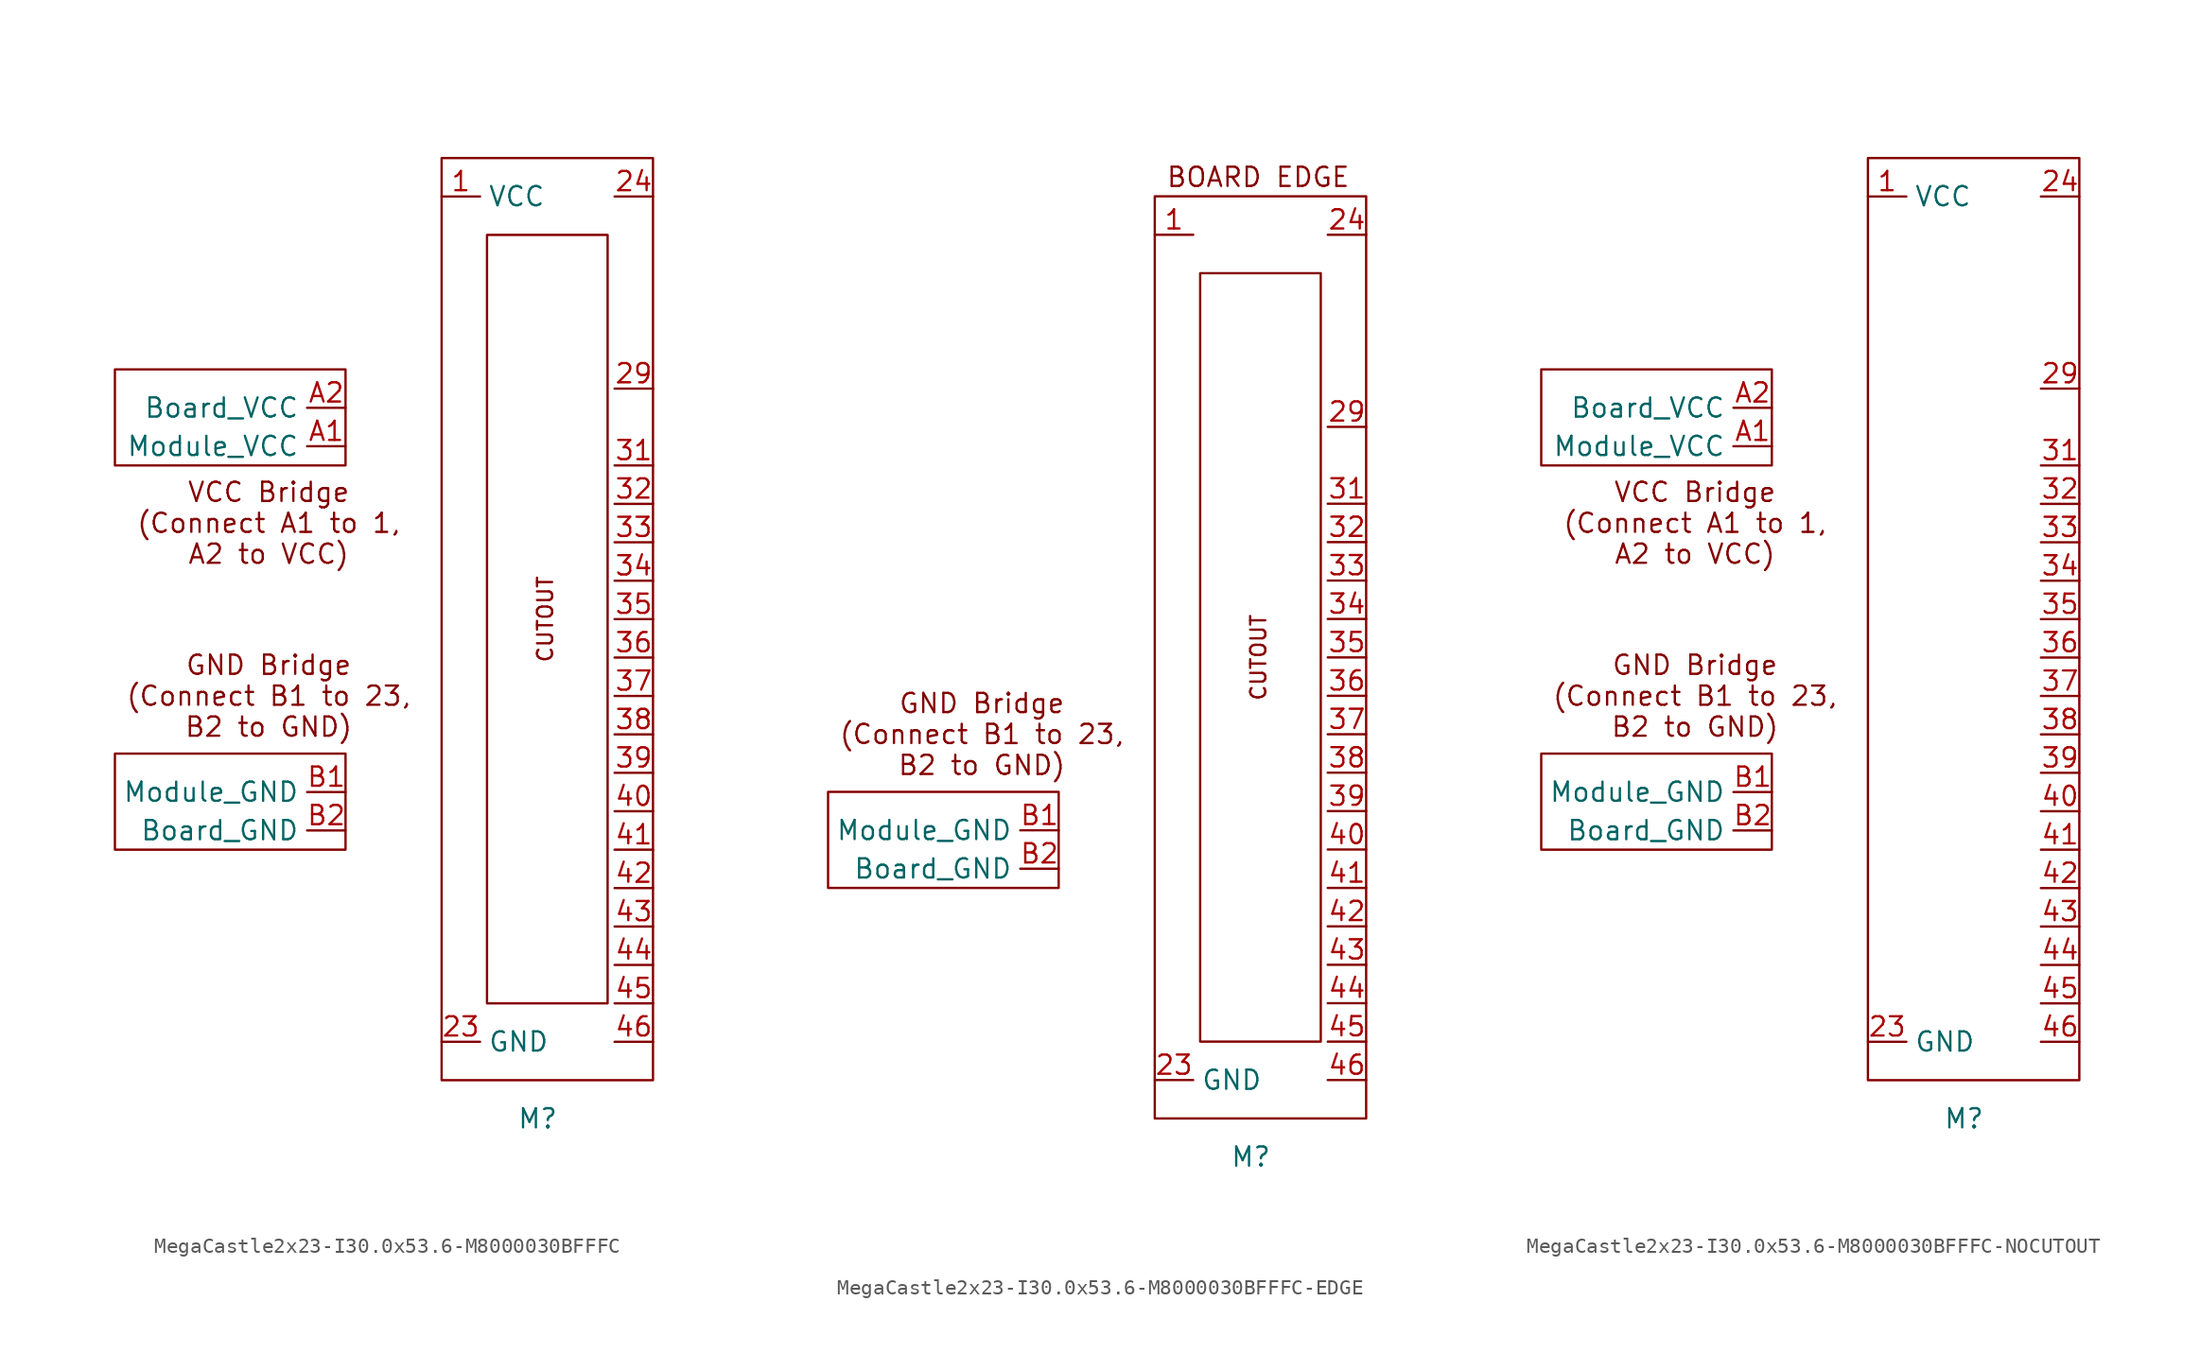
<source format=kicad_sym>
(kicad_symbol_lib
  (version 20241209)
  (generator "kicad_symbol_editor")
  (generator_version "9.0")
  (symbol "MegaCastle2x23-I30.0x53.6-M8000030BFFFC"
    (property "Reference" "M"
      (at 0 -33.02 0)
      (effects (font (size 1.27 1.27))))
    (property "Value" ""
      (at 0 5.08 0)
      (effects (font (size 1.27 1.27))))
    (symbol "MegaCastle2x23-I30.0x53.6-M8000030BFFFC_0_1"
      (rectangle (start -27.94 16.51) (end -12.7 10.16) (stroke (width 0) (type default)) (fill (type none)))
      (rectangle (start -27.94 -8.89) (end -12.7 -15.24) (stroke (width 0) (type default)) (fill (type none)))
      (rectangle (start -6.35 30.48) (end 7.62 -30.48) (stroke (width 0) (type default)) (fill (type none)))
      (rectangle (start -3.35 25.4) (end 4.62 -25.4) (stroke (width 0) (type default)) (fill (type none))))
    (symbol "MegaCastle2x23-I30.0x53.6-M8000030BFFFC_1_1"
      (text "VCC Bridge\n(Connect A1 to 1,\nA2 to VCC)" (at -17.78 6.35 0) (effects (font (size 1.27 1.27))))
      (text "GND Bridge\n(Connect B1 to 23,\nB2 to GND)" (at -17.78 -5.08 0) (effects (font (size 1.27 1.27))))
      (text "CUTOUT" (at 0.5 0 900) (effects (font (size 1 1))))
      (pin bidirectional line (at -12.7 13.97 180) (length 2.54) (name "Board_VCC" (effects (font (size 1.27 1.27)))) (number "A2" (effects (font (size 1.27 1.27)))))
      (pin bidirectional line (at -12.7 11.43 180) (length 2.54) (name "Module_VCC" (effects (font (size 1.27 1.27)))) (number "A1" (effects (font (size 1.27 1.27)))))
      (pin bidirectional line (at -12.7 -11.43 180) (length 2.54) (name "Module_GND" (effects (font (size 1.27 1.27)))) (number "B1" (effects (font (size 1.27 1.27)))))
      (pin bidirectional line (at -12.7 -13.97 180) (length 2.54) (name "Board_GND" (effects (font (size 1.27 1.27)))) (number "B2" (effects (font (size 1.27 1.27)))))
      (pin bidirectional line (at -6.35 27.94 0) (length 2.54) (name "VCC" (effects (font (size 1.27 1.27)))) (number "1" (effects (font (size 1.27 1.27)))))
      (pin bidirectional line (at -6.35 -27.94 0) (length 2.54) (name "GND" (effects (font (size 1.27 1.27)))) (number "23" (effects (font (size 1.27 1.27)))))
      (pin bidirectional line (at 7.62 27.94 180) (length 2.54) (name "" (effects (font (size 1.27 1.27)))) (number "24" (effects (font (size 1.27 1.27)))))
      (pin bidirectional line (at 7.62 15.24 180) (length 2.54) (name "" (effects (font (size 1.27 1.27)))) (number "29" (effects (font (size 1.27 1.27)))))
      (pin bidirectional line (at 7.62 10.16 180) (length 2.54) (name "" (effects (font (size 1.27 1.27)))) (number "31" (effects (font (size 1.27 1.27)))))
      (pin bidirectional line (at 7.62 7.62 180) (length 2.54) (name "" (effects (font (size 1.27 1.27)))) (number "32" (effects (font (size 1.27 1.27)))))
      (pin bidirectional line (at 7.62 5.08 180) (length 2.54) (name "" (effects (font (size 1.27 1.27)))) (number "33" (effects (font (size 1.27 1.27)))))
      (pin bidirectional line (at 7.62 2.54 180) (length 2.54) (name "" (effects (font (size 1.27 1.27)))) (number "34" (effects (font (size 1.27 1.27)))))
      (pin bidirectional line (at 7.62 0 180) (length 2.54) (name "" (effects (font (size 1.27 1.27)))) (number "35" (effects (font (size 1.27 1.27)))))
      (pin bidirectional line (at 7.62 -2.54 180) (length 2.54) (name "" (effects (font (size 1.27 1.27)))) (number "36" (effects (font (size 1.27 1.27)))))
      (pin bidirectional line (at 7.62 -5.08 180) (length 2.54) (name "" (effects (font (size 1.27 1.27)))) (number "37" (effects (font (size 1.27 1.27)))))
      (pin bidirectional line (at 7.62 -7.62 180) (length 2.54) (name "" (effects (font (size 1.27 1.27)))) (number "38" (effects (font (size 1.27 1.27)))))
      (pin bidirectional line (at 7.62 -10.16 180) (length 2.54) (name "" (effects (font (size 1.27 1.27)))) (number "39" (effects (font (size 1.27 1.27)))))
      (pin bidirectional line (at 7.62 -12.7 180) (length 2.54) (name "" (effects (font (size 1.27 1.27)))) (number "40" (effects (font (size 1.27 1.27)))))
      (pin bidirectional line (at 7.62 -15.24 180) (length 2.54) (name "" (effects (font (size 1.27 1.27)))) (number "41" (effects (font (size 1.27 1.27)))))
      (pin bidirectional line (at 7.62 -17.78 180) (length 2.54) (name "" (effects (font (size 1.27 1.27)))) (number "42" (effects (font (size 1.27 1.27)))))
      (pin bidirectional line (at 7.62 -20.32 180) (length 2.54) (name "" (effects (font (size 1.27 1.27)))) (number "43" (effects (font (size 1.27 1.27)))))
      (pin bidirectional line (at 7.62 -22.86 180) (length 2.54) (name "" (effects (font (size 1.27 1.27)))) (number "44" (effects (font (size 1.27 1.27)))))
      (pin bidirectional line (at 7.62 -25.4 180) (length 2.54) (name "" (effects (font (size 1.27 1.27)))) (number "45" (effects (font (size 1.27 1.27)))))
      (pin bidirectional line (at 7.62 -27.94 180) (length 2.54) (name "" (effects (font (size 1.27 1.27)))) (number "46" (effects (font (size 1.27 1.27)))))))
  (symbol "MegaCastle2x23-I30.0x53.6-M8000030BFFFC-EDGE"
    (property "Reference" "M"
      (at 0 -33.02 0)
      (effects (font (size 1.27 1.27))))
    (property "Value" ""
      (at 0 5.08 0)
      (effects (font (size 1.27 1.27))))
    (symbol "MegaCastle2x23-I30.0x53.6-M8000030BFFFC-EDGE_0_1"
      (rectangle (start -27.94 -8.89) (end -12.7 -15.24) (stroke (width 0) (type default)) (fill (type none)))
      (rectangle (start -6.35 30.48) (end 7.62 -30.48) (stroke (width 0) (type default)) (fill (type none)))
      (rectangle (start -3.35 25.4) (end 4.62 -25.4) (stroke (width 0) (type default)) (fill (type none))))
    (symbol "MegaCastle2x23-I30.0x53.6-M8000030BFFFC-EDGE_1_1"
      (text "GND Bridge\n(Connect B1 to 23,\nB2 to GND)" (at -17.78 -5.08 0) (effects (font (size 1.27 1.27))))
      (text " BOARD EDGE" (at 0 31.75 0) (effects (font (size 1.27 1.27))))
      (text "CUTOUT" (at 0.5 0 900) (effects (font (size 1 1))))
      (pin bidirectional line (at -12.7 -11.43 180) (length 2.54) (name "Module_GND" (effects (font (size 1.27 1.27)))) (number "B1" (effects (font (size 1.27 1.27)))))
      (pin bidirectional line (at -12.7 -13.97 180) (length 2.54) (name "Board_GND" (effects (font (size 1.27 1.27)))) (number "B2" (effects (font (size 1.27 1.27)))))
      (pin bidirectional line (at -6.35 27.94 0) (length 2.54) (name "" (effects (font (size 1.27 1.27)))) (number "1" (effects (font (size 1.27 1.27)))))
      (pin bidirectional line (at -6.35 -27.94 0) (length 2.54) (name "GND" (effects (font (size 1.27 1.27)))) (number "23" (effects (font (size 1.27 1.27)))))
      (pin bidirectional line (at 7.62 27.94 180) (length 2.54) (name "" (effects (font (size 1.27 1.27)))) (number "24" (effects (font (size 1.27 1.27)))))
      (pin bidirectional line (at 7.62 15.24 180) (length 2.54) (name "" (effects (font (size 1.27 1.27)))) (number "29" (effects (font (size 1.27 1.27)))))
      (pin bidirectional line (at 7.62 10.16 180) (length 2.54) (name "" (effects (font (size 1.27 1.27)))) (number "31" (effects (font (size 1.27 1.27)))))
      (pin bidirectional line (at 7.62 7.62 180) (length 2.54) (name "" (effects (font (size 1.27 1.27)))) (number "32" (effects (font (size 1.27 1.27)))))
      (pin bidirectional line (at 7.62 5.08 180) (length 2.54) (name "" (effects (font (size 1.27 1.27)))) (number "33" (effects (font (size 1.27 1.27)))))
      (pin bidirectional line (at 7.62 2.54 180) (length 2.54) (name "" (effects (font (size 1.27 1.27)))) (number "34" (effects (font (size 1.27 1.27)))))
      (pin bidirectional line (at 7.62 0 180) (length 2.54) (name "" (effects (font (size 1.27 1.27)))) (number "35" (effects (font (size 1.27 1.27)))))
      (pin bidirectional line (at 7.62 -2.54 180) (length 2.54) (name "" (effects (font (size 1.27 1.27)))) (number "36" (effects (font (size 1.27 1.27)))))
      (pin bidirectional line (at 7.62 -5.08 180) (length 2.54) (name "" (effects (font (size 1.27 1.27)))) (number "37" (effects (font (size 1.27 1.27)))))
      (pin bidirectional line (at 7.62 -7.62 180) (length 2.54) (name "" (effects (font (size 1.27 1.27)))) (number "38" (effects (font (size 1.27 1.27)))))
      (pin bidirectional line (at 7.62 -10.16 180) (length 2.54) (name "" (effects (font (size 1.27 1.27)))) (number "39" (effects (font (size 1.27 1.27)))))
      (pin bidirectional line (at 7.62 -12.7 180) (length 2.54) (name "" (effects (font (size 1.27 1.27)))) (number "40" (effects (font (size 1.27 1.27)))))
      (pin bidirectional line (at 7.62 -15.24 180) (length 2.54) (name "" (effects (font (size 1.27 1.27)))) (number "41" (effects (font (size 1.27 1.27)))))
      (pin bidirectional line (at 7.62 -17.78 180) (length 2.54) (name "" (effects (font (size 1.27 1.27)))) (number "42" (effects (font (size 1.27 1.27)))))
      (pin bidirectional line (at 7.62 -20.32 180) (length 2.54) (name "" (effects (font (size 1.27 1.27)))) (number "43" (effects (font (size 1.27 1.27)))))
      (pin bidirectional line (at 7.62 -22.86 180) (length 2.54) (name "" (effects (font (size 1.27 1.27)))) (number "44" (effects (font (size 1.27 1.27)))))
      (pin bidirectional line (at 7.62 -25.4 180) (length 2.54) (name "" (effects (font (size 1.27 1.27)))) (number "45" (effects (font (size 1.27 1.27)))))
      (pin bidirectional line (at 7.62 -27.94 180) (length 2.54) (name "" (effects (font (size 1.27 1.27)))) (number "46" (effects (font (size 1.27 1.27)))))))
  (symbol "MegaCastle2x23-I30.0x53.6-M8000030BFFFC-NOCUTOUT"
    (property "Reference" "M"
      (at 0 -33.02 0)
      (effects (font (size 1.27 1.27))))
    (property "Value" ""
      (at 0 5.08 0)
      (effects (font (size 1.27 1.27))))
    (symbol "MegaCastle2x23-I30.0x53.6-M8000030BFFFC-NOCUTOUT_0_1"
      (rectangle (start -27.94 16.51) (end -12.7 10.16) (stroke (width 0) (type default)) (fill (type none)))
      (rectangle (start -27.94 -8.89) (end -12.7 -15.24) (stroke (width 0) (type default)) (fill (type none)))
      (rectangle (start -6.35 30.48) (end 7.62 -30.48) (stroke (width 0) (type default)) (fill (type none))))
    (symbol "MegaCastle2x23-I30.0x53.6-M8000030BFFFC-NOCUTOUT_1_1"
      (text "VCC Bridge\n(Connect A1 to 1,\nA2 to VCC)" (at -17.78 6.35 0) (effects (font (size 1.27 1.27))))
      (text "GND Bridge\n(Connect B1 to 23,\nB2 to GND)" (at -17.78 -5.08 0) (effects (font (size 1.27 1.27))))
      (pin bidirectional line (at -12.7 13.97 180) (length 2.54) (name "Board_VCC" (effects (font (size 1.27 1.27)))) (number "A2" (effects (font (size 1.27 1.27)))))
      (pin bidirectional line (at -12.7 11.43 180) (length 2.54) (name "Module_VCC" (effects (font (size 1.27 1.27)))) (number "A1" (effects (font (size 1.27 1.27)))))
      (pin bidirectional line (at -12.7 -11.43 180) (length 2.54) (name "Module_GND" (effects (font (size 1.27 1.27)))) (number "B1" (effects (font (size 1.27 1.27)))))
      (pin bidirectional line (at -12.7 -13.97 180) (length 2.54) (name "Board_GND" (effects (font (size 1.27 1.27)))) (number "B2" (effects (font (size 1.27 1.27)))))
      (pin bidirectional line (at -6.35 27.94 0) (length 2.54) (name "VCC" (effects (font (size 1.27 1.27)))) (number "1" (effects (font (size 1.27 1.27)))))
      (pin bidirectional line (at -6.35 -27.94 0) (length 2.54) (name "GND" (effects (font (size 1.27 1.27)))) (number "23" (effects (font (size 1.27 1.27)))))
      (pin bidirectional line (at 7.62 27.94 180) (length 2.54) (name "" (effects (font (size 1.27 1.27)))) (number "24" (effects (font (size 1.27 1.27)))))
      (pin bidirectional line (at 7.62 15.24 180) (length 2.54) (name "" (effects (font (size 1.27 1.27)))) (number "29" (effects (font (size 1.27 1.27)))))
      (pin bidirectional line (at 7.62 10.16 180) (length 2.54) (name "" (effects (font (size 1.27 1.27)))) (number "31" (effects (font (size 1.27 1.27)))))
      (pin bidirectional line (at 7.62 7.62 180) (length 2.54) (name "" (effects (font (size 1.27 1.27)))) (number "32" (effects (font (size 1.27 1.27)))))
      (pin bidirectional line (at 7.62 5.08 180) (length 2.54) (name "" (effects (font (size 1.27 1.27)))) (number "33" (effects (font (size 1.27 1.27)))))
      (pin bidirectional line (at 7.62 2.54 180) (length 2.54) (name "" (effects (font (size 1.27 1.27)))) (number "34" (effects (font (size 1.27 1.27)))))
      (pin bidirectional line (at 7.62 0 180) (length 2.54) (name "" (effects (font (size 1.27 1.27)))) (number "35" (effects (font (size 1.27 1.27)))))
      (pin bidirectional line (at 7.62 -2.54 180) (length 2.54) (name "" (effects (font (size 1.27 1.27)))) (number "36" (effects (font (size 1.27 1.27)))))
      (pin bidirectional line (at 7.62 -5.08 180) (length 2.54) (name "" (effects (font (size 1.27 1.27)))) (number "37" (effects (font (size 1.27 1.27)))))
      (pin bidirectional line (at 7.62 -7.62 180) (length 2.54) (name "" (effects (font (size 1.27 1.27)))) (number "38" (effects (font (size 1.27 1.27)))))
      (pin bidirectional line (at 7.62 -10.16 180) (length 2.54) (name "" (effects (font (size 1.27 1.27)))) (number "39" (effects (font (size 1.27 1.27)))))
      (pin bidirectional line (at 7.62 -12.7 180) (length 2.54) (name "" (effects (font (size 1.27 1.27)))) (number "40" (effects (font (size 1.27 1.27)))))
      (pin bidirectional line (at 7.62 -15.24 180) (length 2.54) (name "" (effects (font (size 1.27 1.27)))) (number "41" (effects (font (size 1.27 1.27)))))
      (pin bidirectional line (at 7.62 -17.78 180) (length 2.54) (name "" (effects (font (size 1.27 1.27)))) (number "42" (effects (font (size 1.27 1.27)))))
      (pin bidirectional line (at 7.62 -20.32 180) (length 2.54) (name "" (effects (font (size 1.27 1.27)))) (number "43" (effects (font (size 1.27 1.27)))))
      (pin bidirectional line (at 7.62 -22.86 180) (length 2.54) (name "" (effects (font (size 1.27 1.27)))) (number "44" (effects (font (size 1.27 1.27)))))
      (pin bidirectional line (at 7.62 -25.4 180) (length 2.54) (name "" (effects (font (size 1.27 1.27)))) (number "45" (effects (font (size 1.27 1.27)))))
      (pin bidirectional line (at 7.62 -27.94 180) (length 2.54) (name "" (effects (font (size 1.27 1.27)))) (number "46" (effects (font (size 1.27 1.27))))))))
</source>
